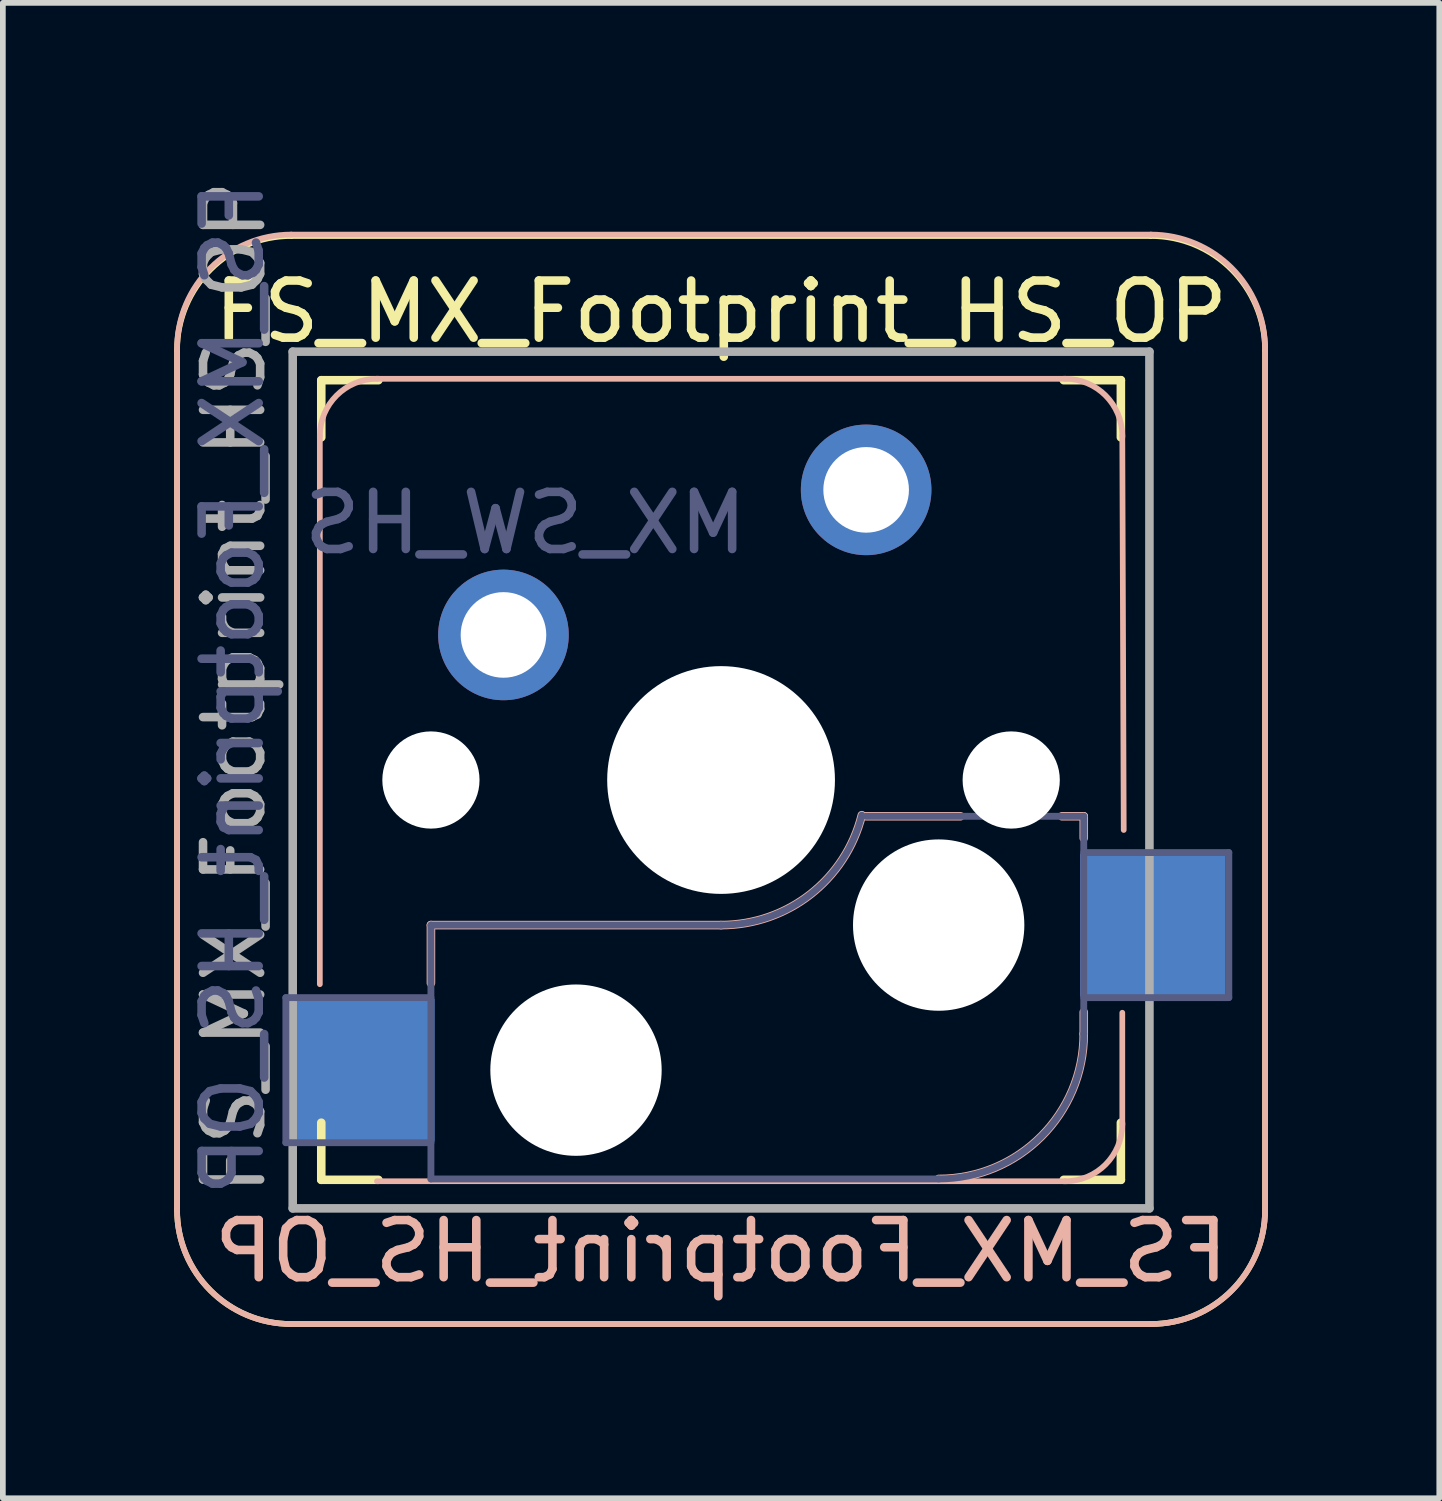
<source format=kicad_pcb>
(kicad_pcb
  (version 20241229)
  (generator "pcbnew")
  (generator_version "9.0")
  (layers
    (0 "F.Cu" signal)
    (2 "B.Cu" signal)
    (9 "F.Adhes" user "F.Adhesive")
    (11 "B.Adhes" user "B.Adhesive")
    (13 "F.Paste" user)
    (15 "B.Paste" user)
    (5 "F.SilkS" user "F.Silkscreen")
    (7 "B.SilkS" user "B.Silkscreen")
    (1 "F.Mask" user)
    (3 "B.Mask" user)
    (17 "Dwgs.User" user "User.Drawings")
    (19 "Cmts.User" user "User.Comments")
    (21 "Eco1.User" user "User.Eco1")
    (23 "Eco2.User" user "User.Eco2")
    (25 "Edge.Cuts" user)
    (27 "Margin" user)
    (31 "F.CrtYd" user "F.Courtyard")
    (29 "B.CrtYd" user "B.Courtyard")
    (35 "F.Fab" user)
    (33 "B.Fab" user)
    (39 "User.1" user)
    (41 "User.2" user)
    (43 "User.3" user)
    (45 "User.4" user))
  (footprint "FS_MX_Footprint_HS_OP"
    (layer "F.Cu")
    (at 9.575 10.607)
    (property "Reference" "FS_MX_Footprint_HS_OP" (at 0 -8.2 0) (layer "F.SilkS") (effects (font (size 1 1) (thickness 0.15))))
    (property "Value" "MX_SW_HS" (at -2.925 -6.025 0) (layer "F.Fab") (hide yes) (effects (font (size 1 1) (thickness 0.15))))
    (attr through_hole)
    (fp_line (start -9.525 7.525) (end -9.525 -7.525) (stroke (width 0.1) (type default)) (layer "F.SilkS"))
    (fp_line (start -7.525 -9.525) (end 7.525 -9.525) (stroke (width 0.1) (type default)) (layer "F.SilkS"))
    (fp_line (start -7 -6) (end -7 -7) (stroke (width 0.15) (type solid)) (layer "F.SilkS"))
    (fp_line (start -7 7) (end -7 6) (stroke (width 0.15) (type solid)) (layer "F.SilkS"))
    (fp_line (start -7 7) (end -6 7) (stroke (width 0.15) (type solid)) (layer "F.SilkS"))
    (fp_line (start -6 -7) (end -7 -7) (stroke (width 0.15) (type solid)) (layer "F.SilkS"))
    (fp_line (start 6 7) (end 7 7) (stroke (width 0.15) (type solid)) (layer "F.SilkS"))
    (fp_line (start 7 -7) (end 6 -7) (stroke (width 0.15) (type solid)) (layer "F.SilkS"))
    (fp_line (start 7 -7) (end 7 -6) (stroke (width 0.15) (type solid)) (layer "F.SilkS"))
    (fp_line (start 7 6) (end 7 7) (stroke (width 0.15) (type solid)) (layer "F.SilkS"))
    (fp_line (start 7.525 9.525) (end -7.525 9.525) (stroke (width 0.1) (type default)) (layer "F.SilkS"))
    (fp_line (start 9.525 -7.525) (end 9.525 7.525) (stroke (width 0.1) (type default)) (layer "F.SilkS"))
    (fp_arc (start -9.525 -7.525) (mid -8.939214 -8.939214) (end -7.525 -9.525) (stroke (width 0.1) (type default)) (layer "F.SilkS"))
    (fp_arc (start -7.525 9.525) (mid -8.939214 8.939214) (end -9.525 7.525) (stroke (width 0.1) (type default)) (layer "F.SilkS"))
    (fp_arc (start 7.525 -9.525) (mid 8.939214 -8.939214) (end 9.525 -7.525) (stroke (width 0.1) (type default)) (layer "F.SilkS"))
    (fp_arc (start 9.525 7.525) (mid 8.939214 8.939214) (end 7.525 9.525) (stroke (width 0.1) (type default)) (layer "F.SilkS"))
    (fp_line (start -9.525 7.525) (end -9.525 -7.55) (stroke (width 0.1) (type default)) (layer "B.SilkS"))
    (fp_line (start -7.525 -9.55) (end 7.525 -9.55) (stroke (width 0.1) (type default)) (layer "B.SilkS"))
    (fp_line (start -7.025 3.575) (end -7.025 -6.025) (stroke (width 0.1) (type default)) (layer "B.SilkS"))
    (fp_line (start -6.025 -7.025) (end 6.025 -7.025) (stroke (width 0.1) (type default)) (layer "B.SilkS"))
    (fp_line (start -5.08 2.54) (end -5.08 3.556) (stroke (width 0.15) (type solid)) (layer "B.SilkS"))
    (fp_line (start 0 2.54) (end -5.08 2.54) (stroke (width 0.15) (type solid)) (layer "B.SilkS"))
    (fp_line (start 4.191 0.635) (end 2.54 0.635) (stroke (width 0.15) (type solid)) (layer "B.SilkS"))
    (fp_line (start 6.025 7.025) (end -6.025 7.025) (stroke (width 0.1) (type default)) (layer "B.SilkS"))
    (fp_line (start 6.35 0.635) (end 5.969 0.635) (stroke (width 0.15) (type solid)) (layer "B.SilkS"))
    (fp_line (start 6.35 1.016) (end 6.35 0.635) (stroke (width 0.15) (type solid)) (layer "B.SilkS"))
    (fp_line (start 6.35 4.445) (end 6.35 4.064) (stroke (width 0.15) (type solid)) (layer "B.SilkS"))
    (fp_line (start 7.025 -6.025) (end 7.05 0.875) (stroke (width 0.1) (type default)) (layer "B.SilkS"))
    (fp_line (start 7.025 6.025) (end 7.025 4.075) (stroke (width 0.1) (type default)) (layer "B.SilkS"))
    (fp_line (start 7.525 9.525) (end -7.525 9.525) (stroke (width 0.1) (type default)) (layer "B.SilkS"))
    (fp_line (start 9.525 -7.55) (end 9.525 7.525) (stroke (width 0.1) (type default)) (layer "B.SilkS"))
    (fp_arc (start -9.525 -7.55) (mid -8.939214 -8.964214) (end -7.525 -9.55) (stroke (width 0.1) (type default)) (layer "B.SilkS"))
    (fp_arc (start -7.525 9.525) (mid -8.939214 8.939214) (end -9.525 7.525) (stroke (width 0.1) (type default)) (layer "B.SilkS"))
    (fp_arc (start -7.025 -6.025) (mid -6.732107 -6.732107) (end -6.025 -7.025) (stroke (width 0.1) (type default)) (layer "B.SilkS"))
    (fp_arc (start 2.464162 0.61604) (mid 1.563147 2.002042) (end 0 2.54) (stroke (width 0.15) (type solid)) (layer "B.SilkS"))
    (fp_arc (start 6.025 -7.025) (mid 6.732107 -6.732107) (end 7.025 -6.025) (stroke (width 0.1) (type default)) (layer "B.SilkS"))
    (fp_arc (start 6.35 4.445) (mid 5.606051 6.241051) (end 3.81 6.985) (stroke (width 0.15) (type solid)) (layer "B.SilkS"))
    (fp_arc (start 7.025 6.025) (mid 6.732107 6.732107) (end 6.025 7.025) (stroke (width 0.1) (type default)) (layer "B.SilkS"))
    (fp_arc (start 7.525 -9.55) (mid 8.939214 -8.964214) (end 9.525 -7.55) (stroke (width 0.1) (type default)) (layer "B.SilkS"))
    (fp_arc (start 9.525 7.525) (mid 8.939214 8.939214) (end 7.525 9.525) (stroke (width 0.1) (type default)) (layer "B.SilkS"))
    (fp_line (start -6.9 6.9) (end -6.9 -6.9) (stroke (width 0.15) (type solid)) (layer "Eco2.User"))
    (fp_line (start -6.9 6.9) (end 6.9 6.9) (stroke (width 0.15) (type solid)) (layer "Eco2.User"))
    (fp_line (start 6.9 -6.9) (end -6.9 -6.9) (stroke (width 0.15) (type solid)) (layer "Eco2.User"))
    (fp_line (start 6.9 -6.9) (end 6.9 6.9) (stroke (width 0.15) (type solid)) (layer "Eco2.User"))
    (fp_line (start -7.62 3.81) (end -7.62 6.35) (stroke (width 0.12) (type solid)) (layer "B.Fab"))
    (fp_line (start -7.62 6.35) (end -5.08 6.35) (stroke (width 0.12) (type solid)) (layer "B.Fab"))
    (fp_line (start -5.08 2.54) (end -5.08 6.985) (stroke (width 0.12) (type solid)) (layer "B.Fab"))
    (fp_line (start -5.08 3.81) (end -7.62 3.81) (stroke (width 0.12) (type solid)) (layer "B.Fab"))
    (fp_line (start -5.08 6.985) (end 3.81 6.985) (stroke (width 0.12) (type solid)) (layer "B.Fab"))
    (fp_line (start 0 2.54) (end -5.08 2.54) (stroke (width 0.12) (type solid)) (layer "B.Fab"))
    (fp_line (start 6.35 0.635) (end 2.54 0.635) (stroke (width 0.12) (type solid)) (layer "B.Fab"))
    (fp_line (start 6.35 3.81) (end 8.89 3.81) (stroke (width 0.12) (type solid)) (layer "B.Fab"))
    (fp_line (start 6.35 4.445) (end 6.35 0.635) (stroke (width 0.12) (type solid)) (layer "B.Fab"))
    (fp_line (start 8.89 1.27) (end 6.35 1.27) (stroke (width 0.12) (type solid)) (layer "B.Fab"))
    (fp_line (start 8.89 3.81) (end 8.89 1.27) (stroke (width 0.12) (type solid)) (layer "B.Fab"))
    (fp_arc (start 2.464162 0.61604) (mid 1.563147 2.002042) (end 0 2.54) (stroke (width 0.12) (type solid)) (layer "B.Fab"))
    (fp_arc (start 6.35 4.445) (mid 5.606051 6.241051) (end 3.81 6.985) (stroke (width 0.12) (type solid)) (layer "B.Fab"))
    (fp_line (start -7.5 -7.5) (end 7.5 -7.5) (stroke (width 0.15) (type solid)) (layer "F.Fab"))
    (fp_line (start -7.5 7.5) (end -7.5 -7.5) (stroke (width 0.15) (type solid)) (layer "F.Fab"))
    (fp_line (start 7.5 -7.5) (end 7.5 7.5) (stroke (width 0.15) (type solid)) (layer "F.Fab"))
    (fp_line (start 7.5 7.5) (end -7.5 7.5) (stroke (width 0.15) (type solid)) (layer "F.Fab"))
    (fp_text user "${REFERENCE}" (at 0 8.25 0) (layer "B.SilkS") (effects (font (size 1 1) (thickness 0.15)) (justify mirror)))
    (fp_text user "${REFERENCE}" (at -8.55 -1.6 270) (layer "B.Fab") (effects (font (size 1 1) (thickness 0.15)) (justify mirror)))
    (fp_text user "${VALUE}" (at -3.425 -4.5 0) (layer "B.Fab") (effects (font (size 1 1) (thickness 0.15)) (justify mirror)))
    (fp_text user "${REFERENCE}" (at -8.525 -1.625 90) (layer "F.Fab") (effects (font (size 1 1) (thickness 0.15))))
    (pad "" np_thru_hole circle (at -5.08 0) (size 1.702 1.702) (drill 1.702) (layers "*.Cu" "*.Mask"))
    (pad "" np_thru_hole circle (at -2.54 5.08) (size 3 3) (drill 3) (layers "*.Cu" "*.Mask"))
    (pad "" np_thru_hole circle (at 0 0) (size 3.988 3.988) (drill 3.988) (layers "*.Cu" "*.Mask"))
    (pad "" np_thru_hole circle (at 3.81 2.54) (size 3 3) (drill 3) (layers "*.Cu" "*.Mask"))
    (pad "" np_thru_hole circle (at 5.08 0) (size 1.702 1.702) (drill 1.702) (layers "*.Cu" "*.Mask"))
    (pad "1" smd rect (at -6.29 5.08) (size 2.55 2.5) (layers "B.Cu" "B.Mask" "B.Paste"))
    (pad "1" thru_hole circle (at 2.54 -5.08) (size 2.286 2.286) (drill 1.499) (layers "*.Cu" "*.Mask"))
    (pad "2" thru_hole circle (at -3.81 -2.54) (size 2.286 2.286) (drill 1.499) (layers "*.Cu" "*.Mask"))
    (pad "2" smd rect (at 7.56 2.54) (size 2.55 2.5) (layers "B.Cu" "B.Mask" "B.Paste")))
  (gr_rect
    (start -3 -3)
    (end 22.15 23.182)
    (stroke (width 0.1) (type default))
    (fill no)
    (layer "Edge.Cuts")))
</source>
